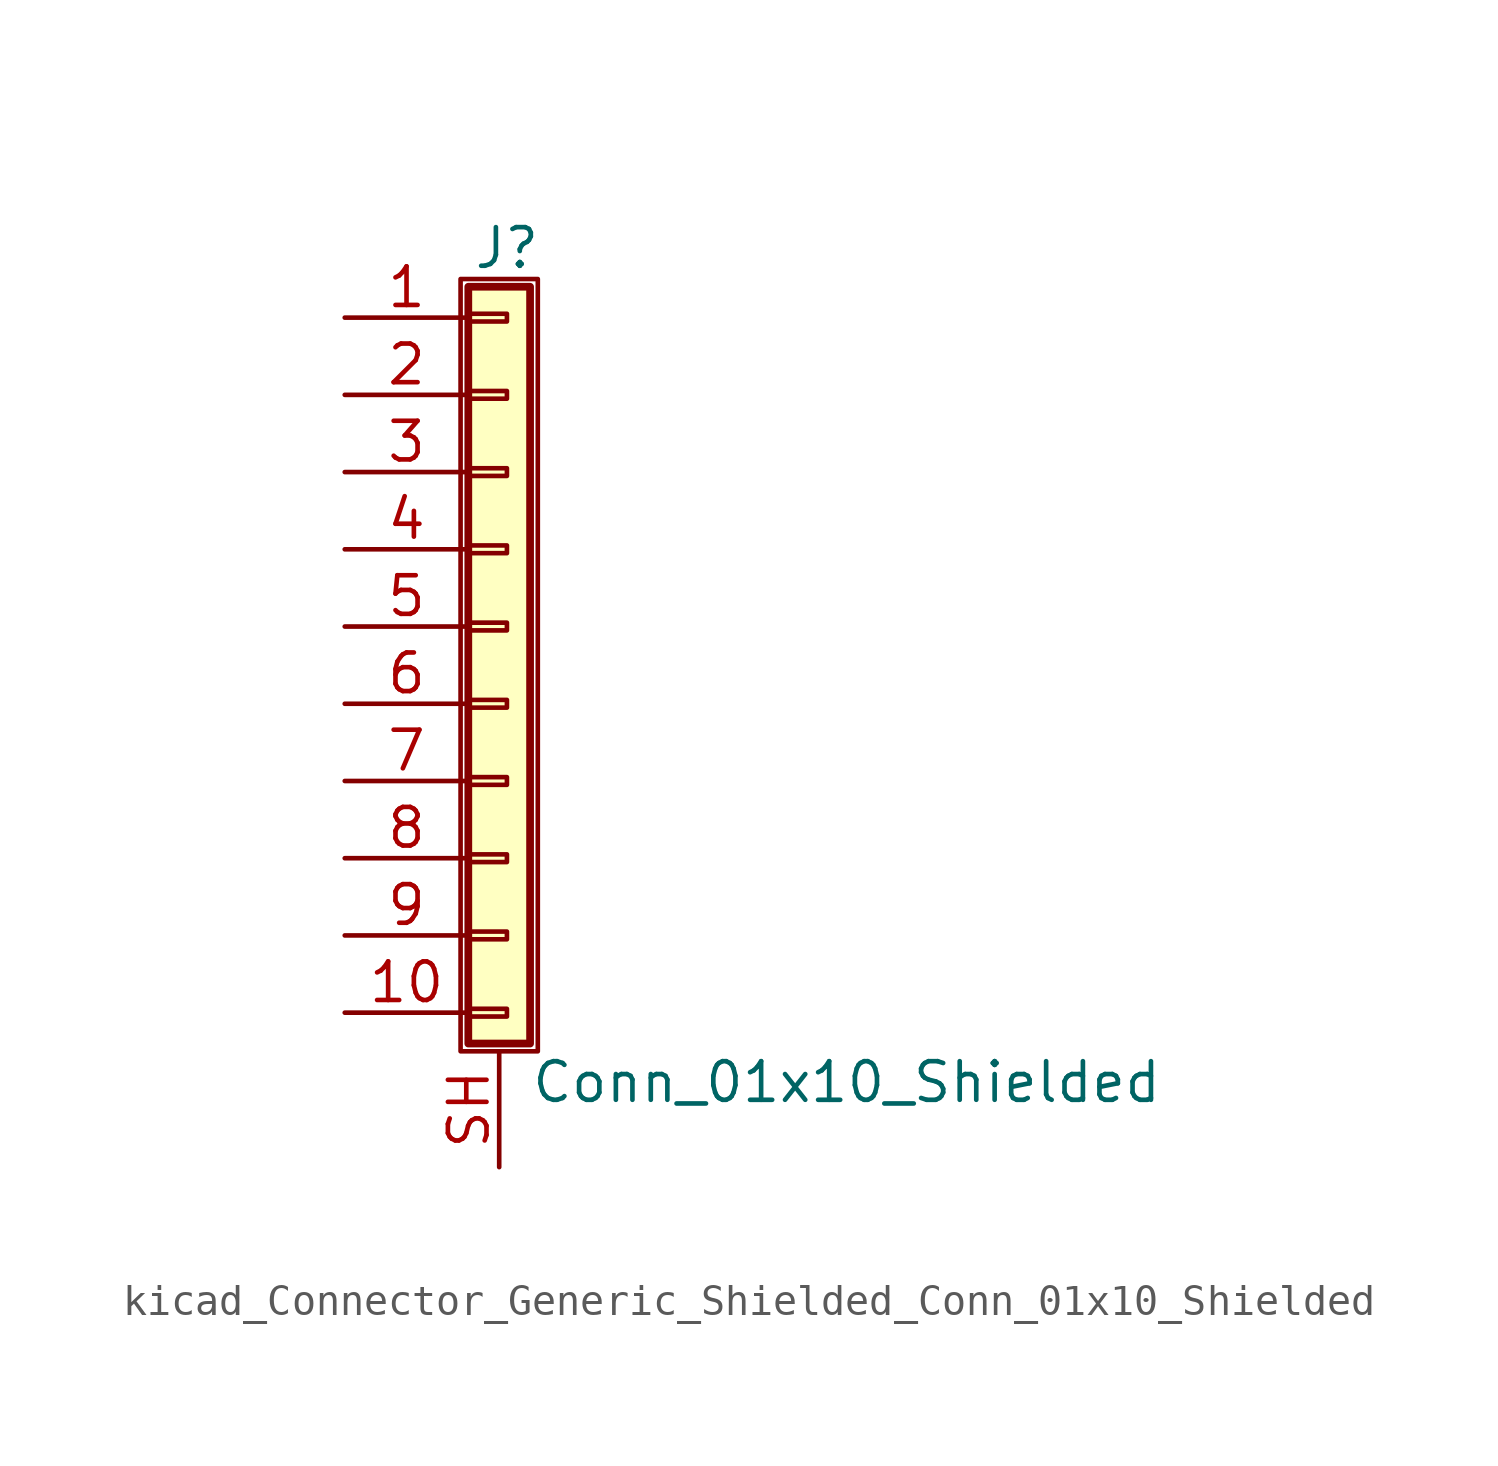
<source format=kicad_sym>
(kicad_symbol_lib
  (version 20220914)
  (generator kicad_symbol_editor)
  (symbol "kicad_Connector_Generic_Shielded_Conn_01x10_Shielded"
    (pin_names
      (offset 1.016) hide)
    (property "Reference" "J"
      (at 0.254 12.446 0)
      (effects (font (size 1.27 1.27))))
    (property "Value" "Conn_01x10_Shielded"
      (at 1.016 -14.986 0)
      (effects (font (size 1.27 1.27)) (justify left)))
    (symbol "kicad_Connector_Generic_Shielded_Conn_01x10_Shielded_1_1"
      (rectangle (start -1.27 11.43) (end 1.27 -13.97) (stroke (width 0.152) (type default)) (fill (type none)))
      (rectangle (start -1.016 -12.573) (end 0.254 -12.827) (stroke (width 0.152) (type default)) (fill (type none)))
      (rectangle (start -1.016 -10.033) (end 0.254 -10.287) (stroke (width 0.152) (type default)) (fill (type none)))
      (rectangle (start -1.016 -7.493) (end 0.254 -7.747) (stroke (width 0.152) (type default)) (fill (type none)))
      (rectangle (start -1.016 -4.953) (end 0.254 -5.207) (stroke (width 0.152) (type default)) (fill (type none)))
      (rectangle (start -1.016 -2.413) (end 0.254 -2.667) (stroke (width 0.152) (type default)) (fill (type none)))
      (rectangle (start -1.016 0.127) (end 0.254 -0.127) (stroke (width 0.152) (type default)) (fill (type none)))
      (rectangle (start -1.016 2.667) (end 0.254 2.413) (stroke (width 0.152) (type default)) (fill (type none)))
      (rectangle (start -1.016 5.207) (end 0.254 4.953) (stroke (width 0.152) (type default)) (fill (type none)))
      (rectangle (start -1.016 7.747) (end 0.254 7.493) (stroke (width 0.152) (type default)) (fill (type none)))
      (rectangle (start -1.016 10.287) (end 0.254 10.033) (stroke (width 0.152) (type default)) (fill (type none)))
      (rectangle (start -1.016 11.176) (end 1.016 -13.716) (stroke (width 0.254) (type default)) (fill (type background)))
      (pin passive line (at -5.08 10.16 0) (length 4.064) (name "Pin_1" (effects (font (size 1.27 1.27)))) (number "1" (effects (font (size 1.27 1.27)))))
      (pin passive line (at -5.08 -12.7 0) (length 4.064) (name "Pin_10" (effects (font (size 1.27 1.27)))) (number "10" (effects (font (size 1.27 1.27)))))
      (pin passive line (at -5.08 7.62 0) (length 4.064) (name "Pin_2" (effects (font (size 1.27 1.27)))) (number "2" (effects (font (size 1.27 1.27)))))
      (pin passive line (at -5.08 5.08 0) (length 4.064) (name "Pin_3" (effects (font (size 1.27 1.27)))) (number "3" (effects (font (size 1.27 1.27)))))
      (pin passive line (at -5.08 2.54 0) (length 4.064) (name "Pin_4" (effects (font (size 1.27 1.27)))) (number "4" (effects (font (size 1.27 1.27)))))
      (pin passive line (at -5.08 0 0) (length 4.064) (name "Pin_5" (effects (font (size 1.27 1.27)))) (number "5" (effects (font (size 1.27 1.27)))))
      (pin passive line (at -5.08 -2.54 0) (length 4.064) (name "Pin_6" (effects (font (size 1.27 1.27)))) (number "6" (effects (font (size 1.27 1.27)))))
      (pin passive line (at -5.08 -5.08 0) (length 4.064) (name "Pin_7" (effects (font (size 1.27 1.27)))) (number "7" (effects (font (size 1.27 1.27)))))
      (pin passive line (at -5.08 -7.62 0) (length 4.064) (name "Pin_8" (effects (font (size 1.27 1.27)))) (number "8" (effects (font (size 1.27 1.27)))))
      (pin passive line (at -5.08 -10.16 0) (length 4.064) (name "Pin_9" (effects (font (size 1.27 1.27)))) (number "9" (effects (font (size 1.27 1.27)))))
      (pin passive line (at 0 -17.78 90) (length 3.81) (name "Shield" (effects (font (size 1.27 1.27)))) (number "SH" (effects (font (size 1.27 1.27))))))))
</source>
